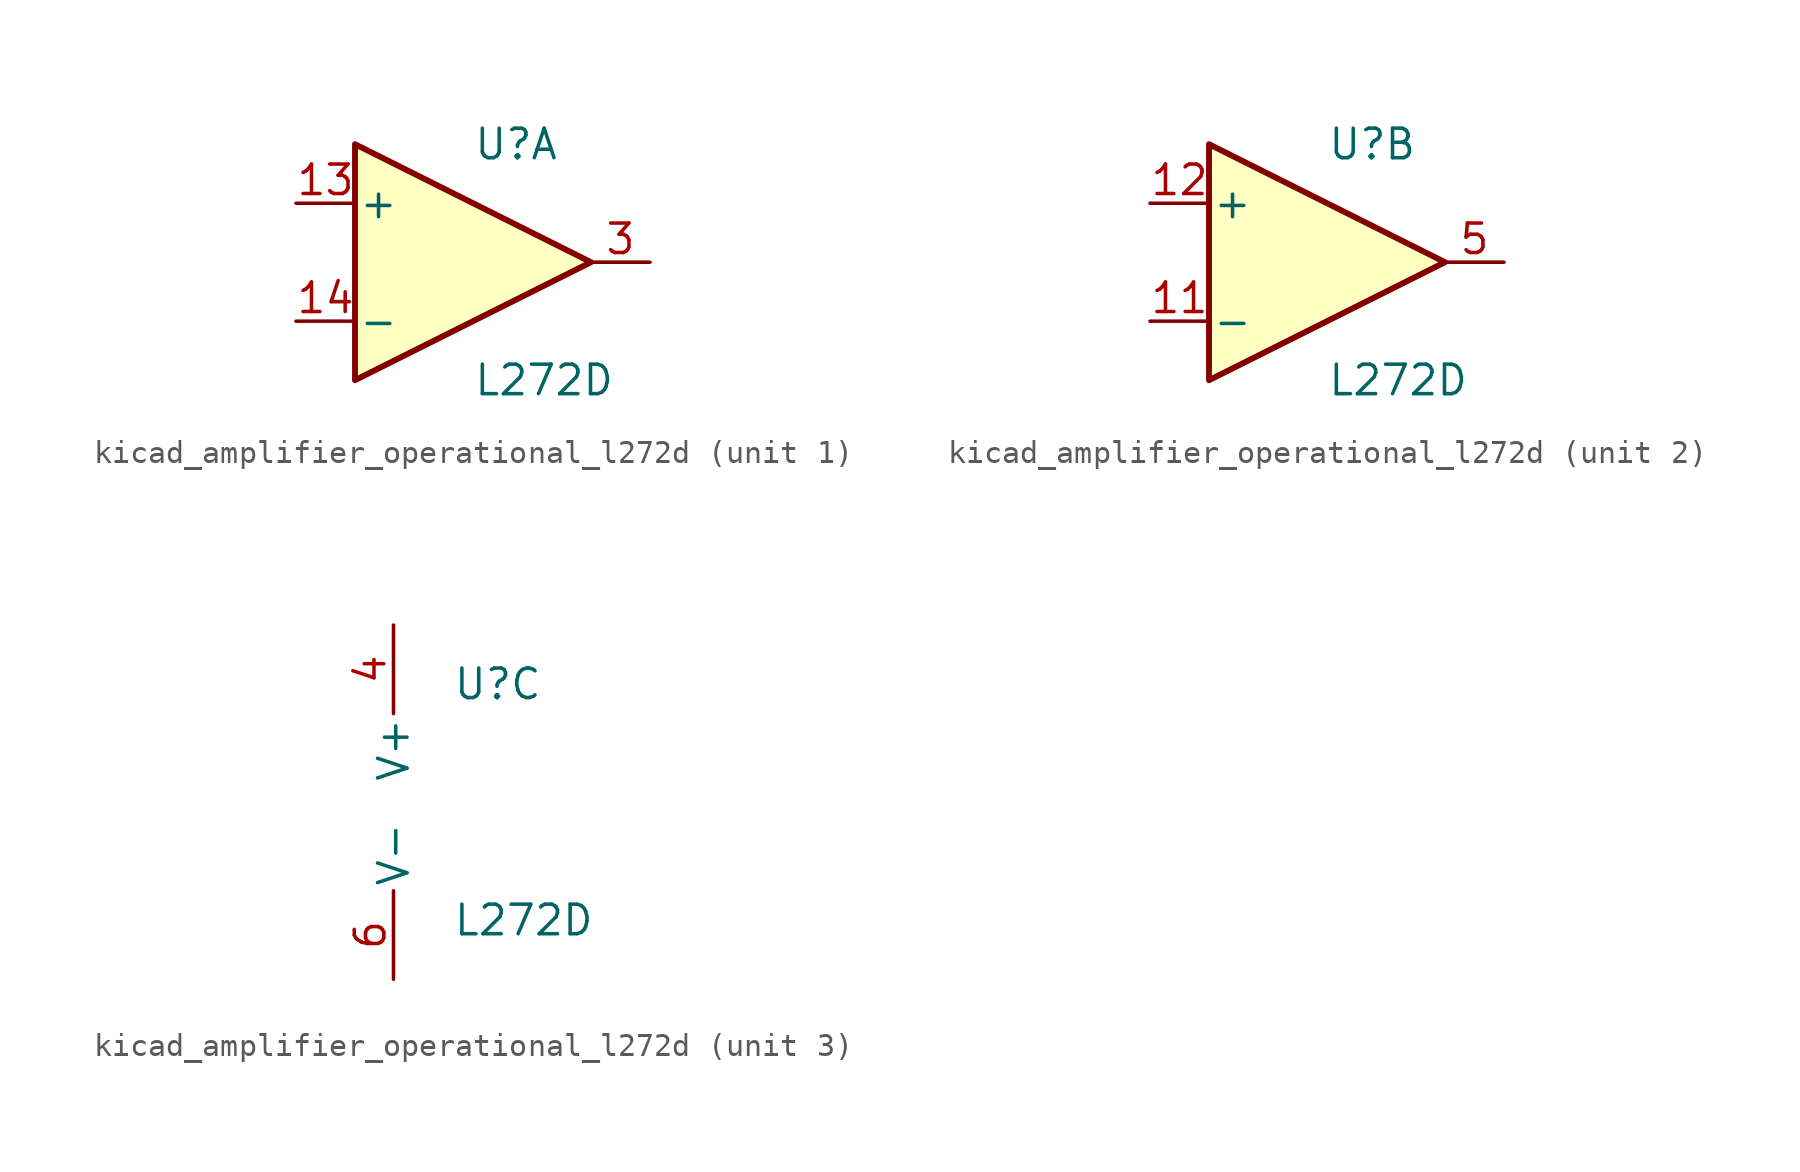
<source format=kicad_sym>
(kicad_symbol_lib
  (version 20220914)
  (generator kicad_symbol_editor)
  (symbol "kicad_amplifier_operational_l272d"
    (pin_names
      (offset 0.127))
    (property "Reference" "U"
      (at 0 5.08 0)
      (effects (font (size 1.27 1.27)) (justify left)))
    (property "Value" "L272D"
      (at 0 -5.08 0)
      (effects (font (size 1.27 1.27)) (justify left)))
    (property "ki_locked" ""
      (at 0 0 0)
      (effects (font (size 1.27 1.27))))
    (symbol "kicad_amplifier_operational_l272d_1_1"
      (polyline (pts (xy -5.08 5.08) (xy 5.08 0) (xy -5.08 -5.08) (xy -5.08 5.08)) (stroke (width 0.254) (type default)) (fill (type background)))
      (pin no_connect line (at -2.54 -2.54 90) (length 2.54) hide (name "NC" (effects (font (size 1.27 1.27)))) (number "1" (effects (font (size 1.27 1.27)))))
      (pin input line (at -7.62 2.54 0) (length 2.54) (name "+" (effects (font (size 1.27 1.27)))) (number "13" (effects (font (size 1.27 1.27)))))
      (pin input line (at -7.62 -2.54 0) (length 2.54) (name "-" (effects (font (size 1.27 1.27)))) (number "14" (effects (font (size 1.27 1.27)))))
      (pin no_connect line (at 0 -2.54 90) (length 2.54) hide (name "NC" (effects (font (size 1.27 1.27)))) (number "2" (effects (font (size 1.27 1.27)))))
      (pin output line (at 7.62 0 180) (length 2.54) (name "~" (effects (font (size 1.27 1.27)))) (number "3" (effects (font (size 1.27 1.27)))))
      (pin no_connect line (at -2.54 2.54 90) (length 2.54) hide (name "NC" (effects (font (size 1.27 1.27)))) (number "7" (effects (font (size 1.27 1.27)))))
      (pin no_connect line (at 0 2.54 90) (length 2.54) hide (name "NC" (effects (font (size 1.27 1.27)))) (number "8" (effects (font (size 1.27 1.27))))))
    (symbol "kicad_amplifier_operational_l272d_2_1"
      (polyline (pts (xy -5.08 5.08) (xy 5.08 0) (xy -5.08 -5.08) (xy -5.08 5.08)) (stroke (width 0.254) (type default)) (fill (type background)))
      (pin no_connect line (at 0 -2.54 270) (length 2.54) hide (name "NC" (effects (font (size 1.27 1.27)))) (number "10" (effects (font (size 1.27 1.27)))))
      (pin input line (at -7.62 -2.54 0) (length 2.54) (name "-" (effects (font (size 1.27 1.27)))) (number "11" (effects (font (size 1.27 1.27)))))
      (pin input line (at -7.62 2.54 0) (length 2.54) (name "+" (effects (font (size 1.27 1.27)))) (number "12" (effects (font (size 1.27 1.27)))))
      (pin no_connect line (at -2.54 2.54 270) (length 2.54) hide (name "NC" (effects (font (size 1.27 1.27)))) (number "15" (effects (font (size 1.27 1.27)))))
      (pin no_connect line (at 0 2.54 270) (length 2.54) hide (name "NC" (effects (font (size 1.27 1.27)))) (number "16" (effects (font (size 1.27 1.27)))))
      (pin output line (at 7.62 0 180) (length 2.54) (name "~" (effects (font (size 1.27 1.27)))) (number "5" (effects (font (size 1.27 1.27)))))
      (pin no_connect line (at -2.54 -2.54 270) (length 2.54) hide (name "NC" (effects (font (size 1.27 1.27)))) (number "9" (effects (font (size 1.27 1.27))))))
    (symbol "kicad_amplifier_operational_l272d_3_1"
      (pin power_in line (at -2.54 7.62 270) (length 3.81) (name "V+" (effects (font (size 1.27 1.27)))) (number "4" (effects (font (size 1.27 1.27)))))
      (pin power_in line (at -2.54 -7.62 90) (length 3.81) (name "V-" (effects (font (size 1.27 1.27)))) (number "6" (effects (font (size 1.27 1.27))))))))
</source>
